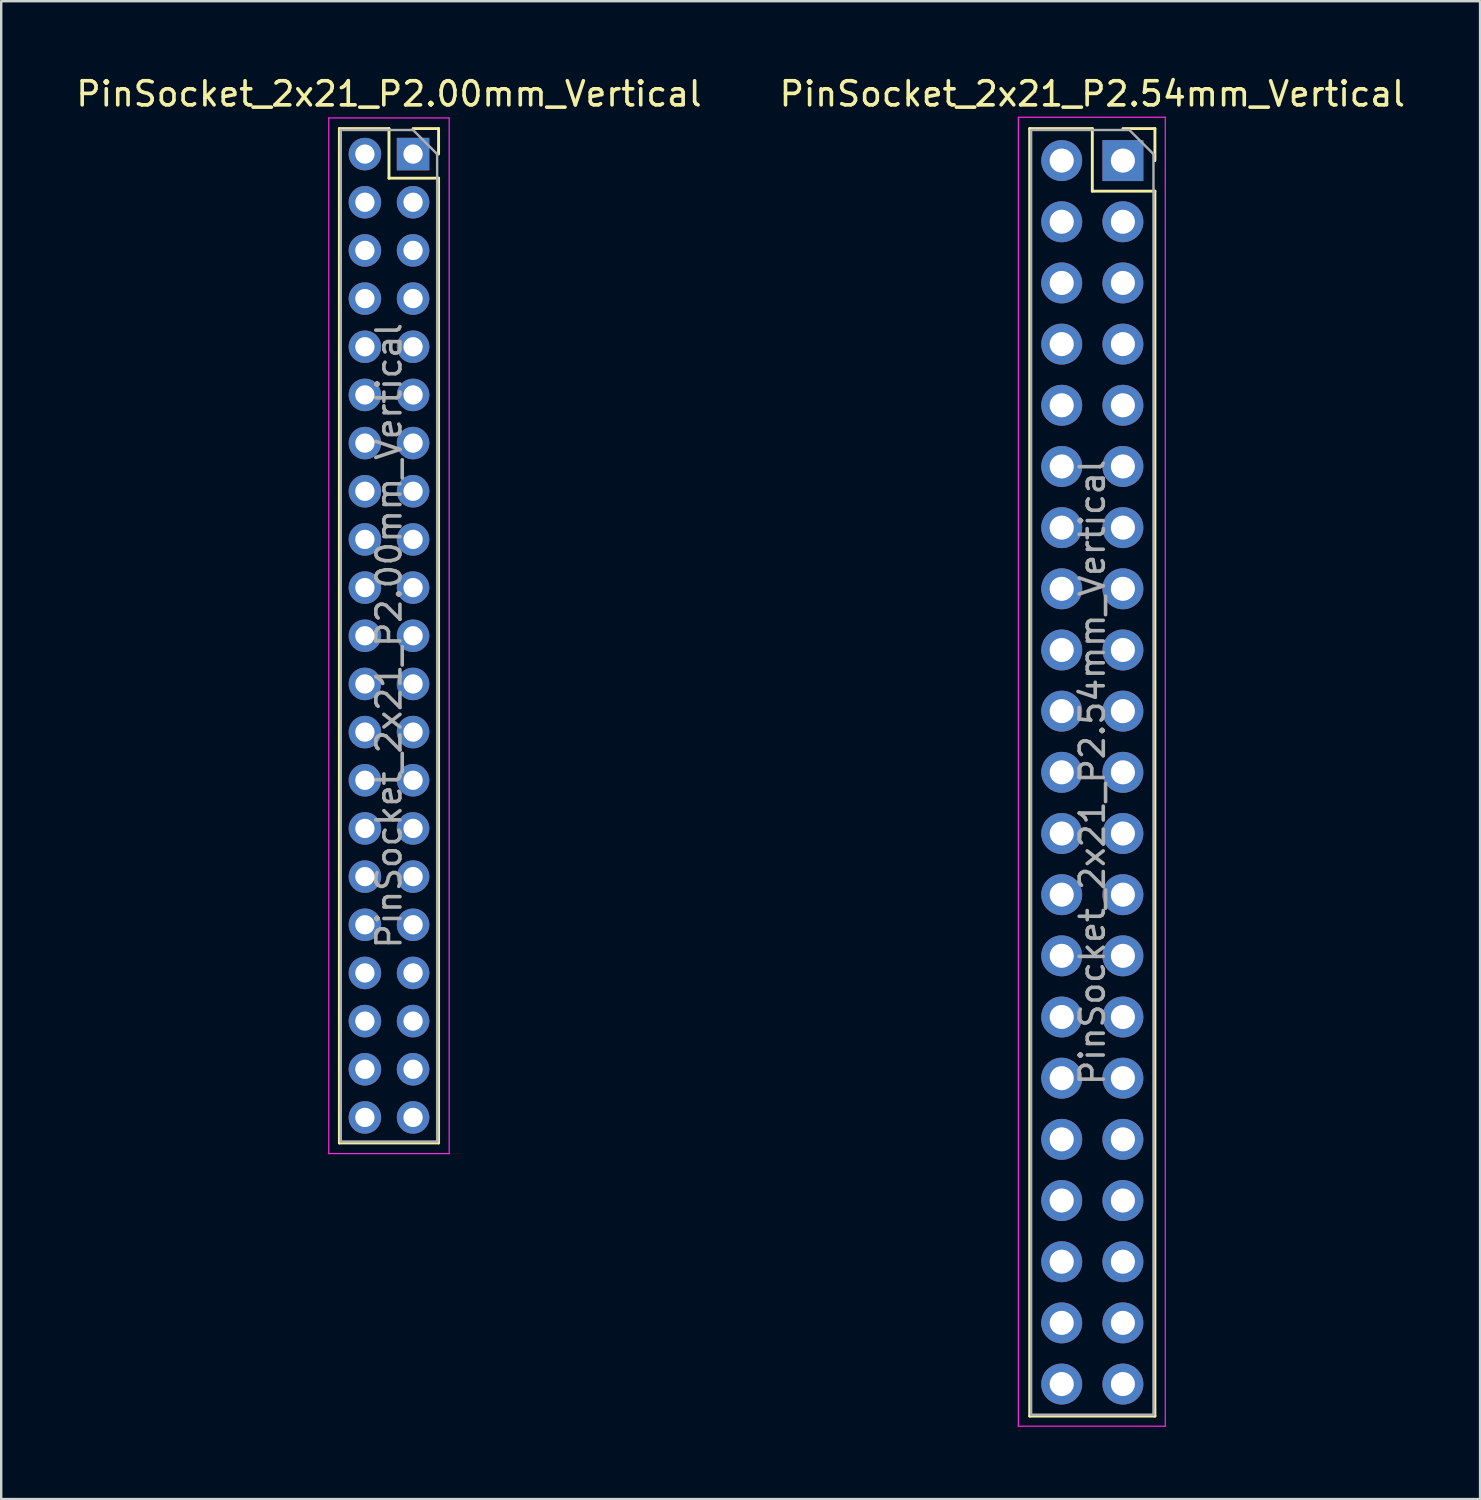
<source format=kicad_pcb>
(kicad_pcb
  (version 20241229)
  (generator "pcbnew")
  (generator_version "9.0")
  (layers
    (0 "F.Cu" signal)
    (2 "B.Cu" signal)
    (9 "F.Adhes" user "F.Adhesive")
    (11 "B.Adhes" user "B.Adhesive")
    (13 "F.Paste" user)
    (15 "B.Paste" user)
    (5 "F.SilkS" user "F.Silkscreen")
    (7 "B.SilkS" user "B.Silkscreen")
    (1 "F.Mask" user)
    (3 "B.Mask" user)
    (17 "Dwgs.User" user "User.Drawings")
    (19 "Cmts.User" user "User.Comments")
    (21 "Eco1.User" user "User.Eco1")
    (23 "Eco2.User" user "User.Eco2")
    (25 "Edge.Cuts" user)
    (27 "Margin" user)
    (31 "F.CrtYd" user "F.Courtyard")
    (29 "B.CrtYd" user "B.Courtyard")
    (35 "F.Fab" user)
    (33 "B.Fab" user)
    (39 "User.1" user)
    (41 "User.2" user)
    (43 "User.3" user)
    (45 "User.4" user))
  (footprint "PinSocket_2x21_P2.00mm_Vertical"
    (layer "F.Cu")
    (at 14.101 3.348)
    (property "Reference" "PinSocket_2x21_P2.00mm_Vertical" (at -1 -2.5 0) (layer "F.SilkS") (effects (font (size 1 1) (thickness 0.15))))
    (attr through_hole)
    (fp_line (start -3.06 -1.06) (end -3.06 41.06) (stroke (width 0.12) (type solid)) (layer "F.SilkS"))
    (fp_line (start -3.06 -1.06) (end -1 -1.06) (stroke (width 0.12) (type solid)) (layer "F.SilkS"))
    (fp_line (start -3.06 41.06) (end 1.06 41.06) (stroke (width 0.12) (type solid)) (layer "F.SilkS"))
    (fp_line (start -1 -1.06) (end -1 1) (stroke (width 0.12) (type solid)) (layer "F.SilkS"))
    (fp_line (start -1 1) (end 1.06 1) (stroke (width 0.12) (type solid)) (layer "F.SilkS"))
    (fp_line (start 0 -1.06) (end 1.06 -1.06) (stroke (width 0.12) (type solid)) (layer "F.SilkS"))
    (fp_line (start 1.06 -1.06) (end 1.06 0) (stroke (width 0.12) (type solid)) (layer "F.SilkS"))
    (fp_line (start 1.06 1) (end 1.06 41.06) (stroke (width 0.12) (type solid)) (layer "F.SilkS"))
    (fp_line (start -3.5 -1.5) (end 1.5 -1.5) (stroke (width 0.05) (type solid)) (layer "F.CrtYd"))
    (fp_line (start -3.5 41.5) (end -3.5 -1.5) (stroke (width 0.05) (type solid)) (layer "F.CrtYd"))
    (fp_line (start 1.5 -1.5) (end 1.5 41.5) (stroke (width 0.05) (type solid)) (layer "F.CrtYd"))
    (fp_line (start 1.5 41.5) (end -3.5 41.5) (stroke (width 0.05) (type solid)) (layer "F.CrtYd"))
    (fp_line (start -3 -1) (end 0 -1) (stroke (width 0.1) (type solid)) (layer "F.Fab"))
    (fp_line (start -3 41) (end -3 -1) (stroke (width 0.1) (type solid)) (layer "F.Fab"))
    (fp_line (start 0 -1) (end 1 0) (stroke (width 0.1) (type solid)) (layer "F.Fab"))
    (fp_line (start 1 0) (end 1 41) (stroke (width 0.1) (type solid)) (layer "F.Fab"))
    (fp_line (start 1 41) (end -3 41) (stroke (width 0.1) (type solid)) (layer "F.Fab"))
    (fp_text user "${REFERENCE}" (at -1 20 90) (layer "F.Fab") (effects (font (size 1 1) (thickness 0.15))))
    (pad "1" thru_hole rect (at 0 0) (size 1.35 1.35) (drill 0.8) (layers "*.Cu" "*.Mask"))
    (pad "2" thru_hole oval (at -2 0) (size 1.35 1.35) (drill 0.8) (layers "*.Cu" "*.Mask"))
    (pad "3" thru_hole oval (at 0 2) (size 1.35 1.35) (drill 0.8) (layers "*.Cu" "*.Mask"))
    (pad "4" thru_hole oval (at -2 2) (size 1.35 1.35) (drill 0.8) (layers "*.Cu" "*.Mask"))
    (pad "5" thru_hole oval (at 0 4) (size 1.35 1.35) (drill 0.8) (layers "*.Cu" "*.Mask"))
    (pad "6" thru_hole oval (at -2 4) (size 1.35 1.35) (drill 0.8) (layers "*.Cu" "*.Mask"))
    (pad "7" thru_hole oval (at 0 6) (size 1.35 1.35) (drill 0.8) (layers "*.Cu" "*.Mask"))
    (pad "8" thru_hole oval (at -2 6) (size 1.35 1.35) (drill 0.8) (layers "*.Cu" "*.Mask"))
    (pad "9" thru_hole oval (at 0 8) (size 1.35 1.35) (drill 0.8) (layers "*.Cu" "*.Mask"))
    (pad "10" thru_hole oval (at -2 8) (size 1.35 1.35) (drill 0.8) (layers "*.Cu" "*.Mask"))
    (pad "11" thru_hole oval (at 0 10) (size 1.35 1.35) (drill 0.8) (layers "*.Cu" "*.Mask"))
    (pad "12" thru_hole oval (at -2 10) (size 1.35 1.35) (drill 0.8) (layers "*.Cu" "*.Mask"))
    (pad "13" thru_hole oval (at 0 12) (size 1.35 1.35) (drill 0.8) (layers "*.Cu" "*.Mask"))
    (pad "14" thru_hole oval (at -2 12) (size 1.35 1.35) (drill 0.8) (layers "*.Cu" "*.Mask"))
    (pad "15" thru_hole oval (at 0 14) (size 1.35 1.35) (drill 0.8) (layers "*.Cu" "*.Mask"))
    (pad "16" thru_hole oval (at -2 14) (size 1.35 1.35) (drill 0.8) (layers "*.Cu" "*.Mask"))
    (pad "17" thru_hole oval (at 0 16) (size 1.35 1.35) (drill 0.8) (layers "*.Cu" "*.Mask"))
    (pad "18" thru_hole oval (at -2 16) (size 1.35 1.35) (drill 0.8) (layers "*.Cu" "*.Mask"))
    (pad "19" thru_hole oval (at 0 18) (size 1.35 1.35) (drill 0.8) (layers "*.Cu" "*.Mask"))
    (pad "20" thru_hole oval (at -2 18) (size 1.35 1.35) (drill 0.8) (layers "*.Cu" "*.Mask"))
    (pad "21" thru_hole oval (at 0 20) (size 1.35 1.35) (drill 0.8) (layers "*.Cu" "*.Mask"))
    (pad "22" thru_hole oval (at -2 20) (size 1.35 1.35) (drill 0.8) (layers "*.Cu" "*.Mask"))
    (pad "23" thru_hole oval (at 0 22) (size 1.35 1.35) (drill 0.8) (layers "*.Cu" "*.Mask"))
    (pad "24" thru_hole oval (at -2 22) (size 1.35 1.35) (drill 0.8) (layers "*.Cu" "*.Mask"))
    (pad "25" thru_hole oval (at 0 24) (size 1.35 1.35) (drill 0.8) (layers "*.Cu" "*.Mask"))
    (pad "26" thru_hole oval (at -2 24) (size 1.35 1.35) (drill 0.8) (layers "*.Cu" "*.Mask"))
    (pad "27" thru_hole oval (at 0 26) (size 1.35 1.35) (drill 0.8) (layers "*.Cu" "*.Mask"))
    (pad "28" thru_hole oval (at -2 26) (size 1.35 1.35) (drill 0.8) (layers "*.Cu" "*.Mask"))
    (pad "29" thru_hole oval (at 0 28) (size 1.35 1.35) (drill 0.8) (layers "*.Cu" "*.Mask"))
    (pad "30" thru_hole oval (at -2 28) (size 1.35 1.35) (drill 0.8) (layers "*.Cu" "*.Mask"))
    (pad "31" thru_hole oval (at 0 30) (size 1.35 1.35) (drill 0.8) (layers "*.Cu" "*.Mask"))
    (pad "32" thru_hole oval (at -2 30) (size 1.35 1.35) (drill 0.8) (layers "*.Cu" "*.Mask"))
    (pad "33" thru_hole oval (at 0 32) (size 1.35 1.35) (drill 0.8) (layers "*.Cu" "*.Mask"))
    (pad "34" thru_hole oval (at -2 32) (size 1.35 1.35) (drill 0.8) (layers "*.Cu" "*.Mask"))
    (pad "35" thru_hole oval (at 0 34) (size 1.35 1.35) (drill 0.8) (layers "*.Cu" "*.Mask"))
    (pad "36" thru_hole oval (at -2 34) (size 1.35 1.35) (drill 0.8) (layers "*.Cu" "*.Mask"))
    (pad "37" thru_hole oval (at 0 36) (size 1.35 1.35) (drill 0.8) (layers "*.Cu" "*.Mask"))
    (pad "38" thru_hole oval (at -2 36) (size 1.35 1.35) (drill 0.8) (layers "*.Cu" "*.Mask"))
    (pad "39" thru_hole oval (at 0 38) (size 1.35 1.35) (drill 0.8) (layers "*.Cu" "*.Mask"))
    (pad "40" thru_hole oval (at -2 38) (size 1.35 1.35) (drill 0.8) (layers "*.Cu" "*.Mask"))
    (pad "41" thru_hole oval (at 0 40) (size 1.35 1.35) (drill 0.8) (layers "*.Cu" "*.Mask"))
    (pad "42" thru_hole oval (at -2 40) (size 1.35 1.35) (drill 0.8) (layers "*.Cu" "*.Mask")))
  (footprint "PinSocket_2x21_P2.54mm_Vertical"
    (layer "F.Cu")
    (at 43.574 3.618)
    (property "Reference" "PinSocket_2x21_P2.54mm_Vertical" (at -1.27 -2.77 0) (layer "F.SilkS") (effects (font (size 1 1) (thickness 0.15))))
    (attr through_hole)
    (fp_line (start -3.87 -1.33) (end -3.87 52.13) (stroke (width 0.12) (type solid)) (layer "F.SilkS"))
    (fp_line (start -3.87 -1.33) (end -1.27 -1.33) (stroke (width 0.12) (type solid)) (layer "F.SilkS"))
    (fp_line (start -3.87 52.13) (end 1.33 52.13) (stroke (width 0.12) (type solid)) (layer "F.SilkS"))
    (fp_line (start -1.27 -1.33) (end -1.27 1.27) (stroke (width 0.12) (type solid)) (layer "F.SilkS"))
    (fp_line (start -1.27 1.27) (end 1.33 1.27) (stroke (width 0.12) (type solid)) (layer "F.SilkS"))
    (fp_line (start 0 -1.33) (end 1.33 -1.33) (stroke (width 0.12) (type solid)) (layer "F.SilkS"))
    (fp_line (start 1.33 -1.33) (end 1.33 0) (stroke (width 0.12) (type solid)) (layer "F.SilkS"))
    (fp_line (start 1.33 1.27) (end 1.33 52.13) (stroke (width 0.12) (type solid)) (layer "F.SilkS"))
    (fp_line (start -4.34 -1.8) (end 1.76 -1.8) (stroke (width 0.05) (type solid)) (layer "F.CrtYd"))
    (fp_line (start -4.34 52.55) (end -4.34 -1.8) (stroke (width 0.05) (type solid)) (layer "F.CrtYd"))
    (fp_line (start 1.76 -1.8) (end 1.76 52.55) (stroke (width 0.05) (type solid)) (layer "F.CrtYd"))
    (fp_line (start 1.76 52.55) (end -4.34 52.55) (stroke (width 0.05) (type solid)) (layer "F.CrtYd"))
    (fp_line (start -3.81 -1.27) (end 0.27 -1.27) (stroke (width 0.1) (type solid)) (layer "F.Fab"))
    (fp_line (start -3.81 52.07) (end -3.81 -1.27) (stroke (width 0.1) (type solid)) (layer "F.Fab"))
    (fp_line (start 0.27 -1.27) (end 1.27 -0.27) (stroke (width 0.1) (type solid)) (layer "F.Fab"))
    (fp_line (start 1.27 -0.27) (end 1.27 52.07) (stroke (width 0.1) (type solid)) (layer "F.Fab"))
    (fp_line (start 1.27 52.07) (end -3.81 52.07) (stroke (width 0.1) (type solid)) (layer "F.Fab"))
    (fp_text user "${REFERENCE}" (at -1.27 25.4 90) (layer "F.Fab") (effects (font (size 1 1) (thickness 0.15))))
    (pad "1" thru_hole rect (at 0 0) (size 1.7 1.7) (drill 1) (layers "*.Cu" "*.Mask"))
    (pad "2" thru_hole oval (at -2.54 0) (size 1.7 1.7) (drill 1) (layers "*.Cu" "*.Mask"))
    (pad "3" thru_hole oval (at 0 2.54) (size 1.7 1.7) (drill 1) (layers "*.Cu" "*.Mask"))
    (pad "4" thru_hole oval (at -2.54 2.54) (size 1.7 1.7) (drill 1) (layers "*.Cu" "*.Mask"))
    (pad "5" thru_hole oval (at 0 5.08) (size 1.7 1.7) (drill 1) (layers "*.Cu" "*.Mask"))
    (pad "6" thru_hole oval (at -2.54 5.08) (size 1.7 1.7) (drill 1) (layers "*.Cu" "*.Mask"))
    (pad "7" thru_hole oval (at 0 7.62) (size 1.7 1.7) (drill 1) (layers "*.Cu" "*.Mask"))
    (pad "8" thru_hole oval (at -2.54 7.62) (size 1.7 1.7) (drill 1) (layers "*.Cu" "*.Mask"))
    (pad "9" thru_hole oval (at 0 10.16) (size 1.7 1.7) (drill 1) (layers "*.Cu" "*.Mask"))
    (pad "10" thru_hole oval (at -2.54 10.16) (size 1.7 1.7) (drill 1) (layers "*.Cu" "*.Mask"))
    (pad "11" thru_hole oval (at 0 12.7) (size 1.7 1.7) (drill 1) (layers "*.Cu" "*.Mask"))
    (pad "12" thru_hole oval (at -2.54 12.7) (size 1.7 1.7) (drill 1) (layers "*.Cu" "*.Mask"))
    (pad "13" thru_hole oval (at 0 15.24) (size 1.7 1.7) (drill 1) (layers "*.Cu" "*.Mask"))
    (pad "14" thru_hole oval (at -2.54 15.24) (size 1.7 1.7) (drill 1) (layers "*.Cu" "*.Mask"))
    (pad "15" thru_hole oval (at 0 17.78) (size 1.7 1.7) (drill 1) (layers "*.Cu" "*.Mask"))
    (pad "16" thru_hole oval (at -2.54 17.78) (size 1.7 1.7) (drill 1) (layers "*.Cu" "*.Mask"))
    (pad "17" thru_hole oval (at 0 20.32) (size 1.7 1.7) (drill 1) (layers "*.Cu" "*.Mask"))
    (pad "18" thru_hole oval (at -2.54 20.32) (size 1.7 1.7) (drill 1) (layers "*.Cu" "*.Mask"))
    (pad "19" thru_hole oval (at 0 22.86) (size 1.7 1.7) (drill 1) (layers "*.Cu" "*.Mask"))
    (pad "20" thru_hole oval (at -2.54 22.86) (size 1.7 1.7) (drill 1) (layers "*.Cu" "*.Mask"))
    (pad "21" thru_hole oval (at 0 25.4) (size 1.7 1.7) (drill 1) (layers "*.Cu" "*.Mask"))
    (pad "22" thru_hole oval (at -2.54 25.4) (size 1.7 1.7) (drill 1) (layers "*.Cu" "*.Mask"))
    (pad "23" thru_hole oval (at 0 27.94) (size 1.7 1.7) (drill 1) (layers "*.Cu" "*.Mask"))
    (pad "24" thru_hole oval (at -2.54 27.94) (size 1.7 1.7) (drill 1) (layers "*.Cu" "*.Mask"))
    (pad "25" thru_hole oval (at 0 30.48) (size 1.7 1.7) (drill 1) (layers "*.Cu" "*.Mask"))
    (pad "26" thru_hole oval (at -2.54 30.48) (size 1.7 1.7) (drill 1) (layers "*.Cu" "*.Mask"))
    (pad "27" thru_hole oval (at 0 33.02) (size 1.7 1.7) (drill 1) (layers "*.Cu" "*.Mask"))
    (pad "28" thru_hole oval (at -2.54 33.02) (size 1.7 1.7) (drill 1) (layers "*.Cu" "*.Mask"))
    (pad "29" thru_hole oval (at 0 35.56) (size 1.7 1.7) (drill 1) (layers "*.Cu" "*.Mask"))
    (pad "30" thru_hole oval (at -2.54 35.56) (size 1.7 1.7) (drill 1) (layers "*.Cu" "*.Mask"))
    (pad "31" thru_hole oval (at 0 38.1) (size 1.7 1.7) (drill 1) (layers "*.Cu" "*.Mask"))
    (pad "32" thru_hole oval (at -2.54 38.1) (size 1.7 1.7) (drill 1) (layers "*.Cu" "*.Mask"))
    (pad "33" thru_hole oval (at 0 40.64) (size 1.7 1.7) (drill 1) (layers "*.Cu" "*.Mask"))
    (pad "34" thru_hole oval (at -2.54 40.64) (size 1.7 1.7) (drill 1) (layers "*.Cu" "*.Mask"))
    (pad "35" thru_hole oval (at 0 43.18) (size 1.7 1.7) (drill 1) (layers "*.Cu" "*.Mask"))
    (pad "36" thru_hole oval (at -2.54 43.18) (size 1.7 1.7) (drill 1) (layers "*.Cu" "*.Mask"))
    (pad "37" thru_hole oval (at 0 45.72) (size 1.7 1.7) (drill 1) (layers "*.Cu" "*.Mask"))
    (pad "38" thru_hole oval (at -2.54 45.72) (size 1.7 1.7) (drill 1) (layers "*.Cu" "*.Mask"))
    (pad "39" thru_hole oval (at 0 48.26) (size 1.7 1.7) (drill 1) (layers "*.Cu" "*.Mask"))
    (pad "40" thru_hole oval (at -2.54 48.26) (size 1.7 1.7) (drill 1) (layers "*.Cu" "*.Mask"))
    (pad "41" thru_hole oval (at 0 50.8) (size 1.7 1.7) (drill 1) (layers "*.Cu" "*.Mask"))
    (pad "42" thru_hole oval (at -2.54 50.8) (size 1.7 1.7) (drill 1) (layers "*.Cu" "*.Mask")))
  (gr_rect
    (start -3 -3)
    (end 58.405 59.193)
    (stroke (width 0.1) (type default))
    (fill no)
    (layer "Edge.Cuts")))
</source>
